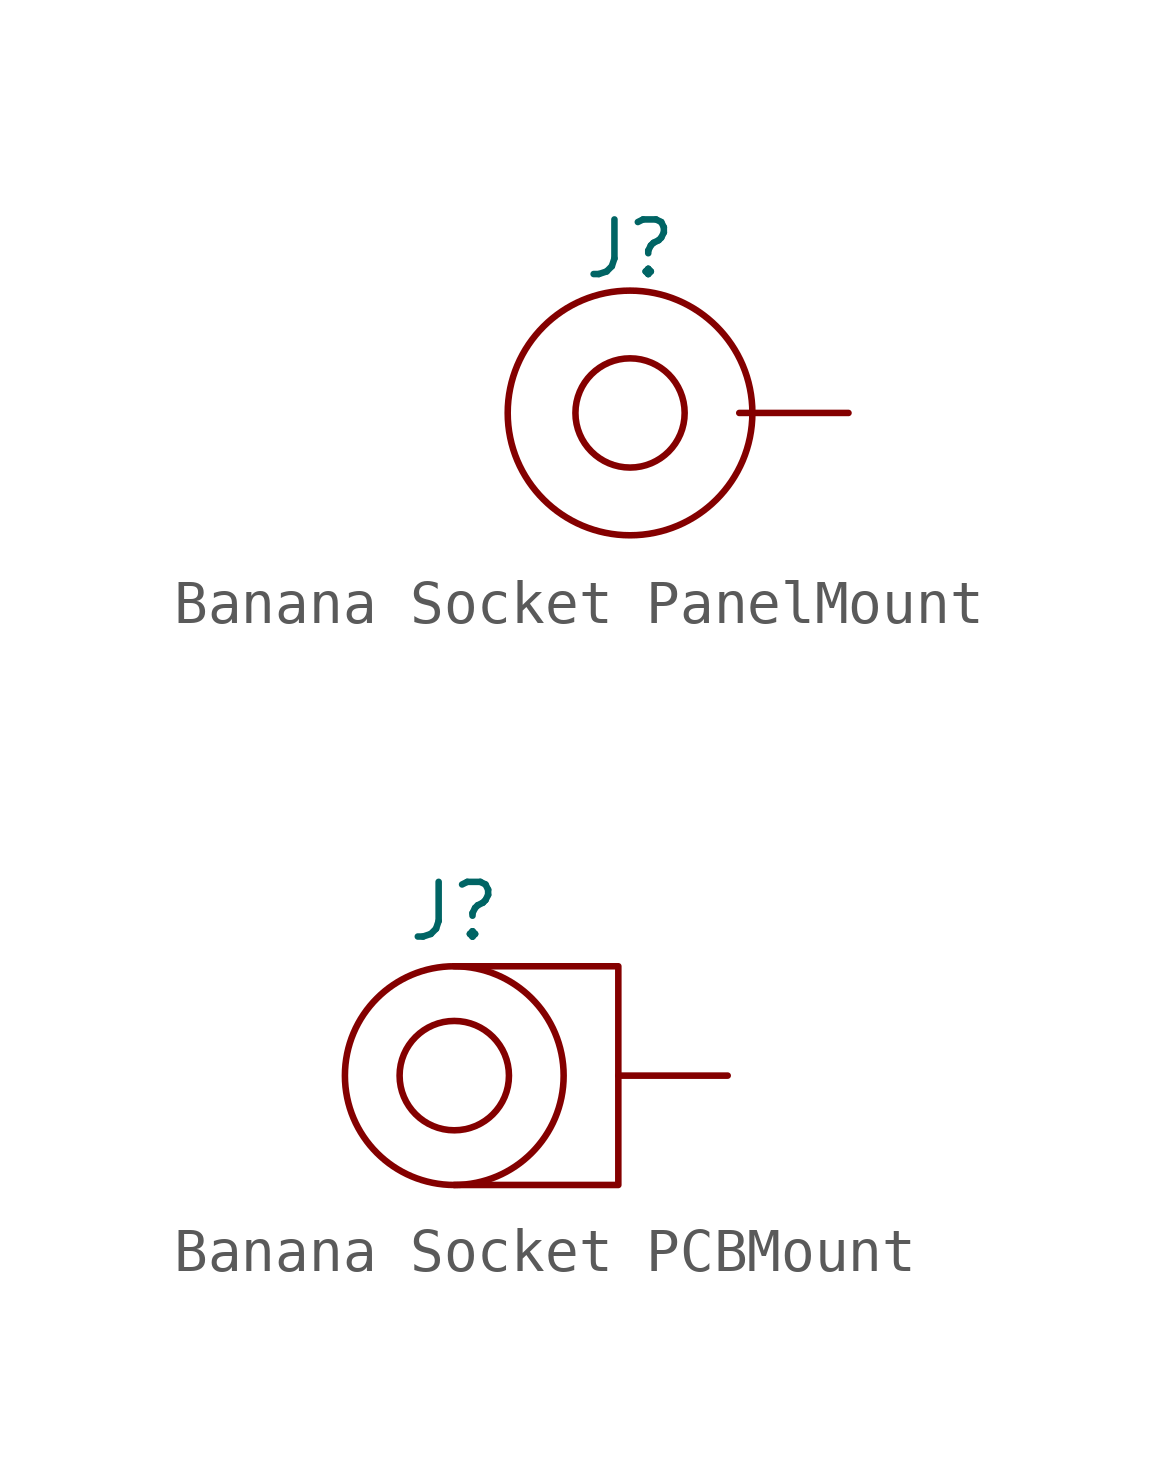
<source format=kicad_sym>
(kicad_symbol_lib
  (version 20211014)
  (generator kicad_symbol_editor)
  (symbol "Banana Socket PanelMount"
    (pin_numbers hide)
    (pin_names
      (offset 1.016) hide)
    (property "Reference" "J"
      (at 0 3.81 0)
      (effects (font (size 1.27 1.27))))
    (property "Name" ""
      (at -7.62 0 0)
      (effects (font (size 1.27 1.27))))
    (symbol "Banana Socket PanelMount_0_1"
      (circle (center 0 0) (radius 1.27) (stroke (width 0) (type default) (color 0 0 0 0)) (fill (type none)))
      (circle (center 0 0) (radius 2.845) (stroke (width 0) (type default) (color 0 0 0 0)) (fill (type none))))
    (symbol "Banana Socket PanelMount_1_1"
      (pin bidirectional line (at 5.08 0 180) (length 2.54) (name "~" (effects (font (size 1.27 1.27)))) (number "1" (effects (font (size 1.27 1.27)))))))
  (symbol "Banana Socket PCBMount"
    (pin_numbers hide)
    (pin_names
      (offset 1.016) hide)
    (property "Reference" "J"
      (at 0 3.81 0)
      (effects (font (size 1.27 1.27))))
    (property "Spec" ""
      (at 0 0 0)
      (effects (font (size 1.27 1.27))))
    (symbol "Banana Socket PCBMount_0_1"
      (polyline (pts (xy 0 2.54) (xy 3.81 2.54) (xy 3.81 -2.54) (xy 0 -2.54)) (stroke (width 0) (type default) (color 0 0 0 0)) (fill (type none)))
      (circle (center 0 0) (radius 1.27) (stroke (width 0) (type default) (color 0 0 0 0)) (fill (type none)))
      (circle (center 0 0) (radius 2.54) (stroke (width 0) (type default) (color 0 0 0 0)) (fill (type none))))
    (symbol "Banana Socket PCBMount_1_1"
      (pin bidirectional line (at 6.35 0 180) (length 2.54) (name "~" (effects (font (size 1.27 1.27)))) (number "1" (effects (font (size 1.27 1.27))))))))
</source>
